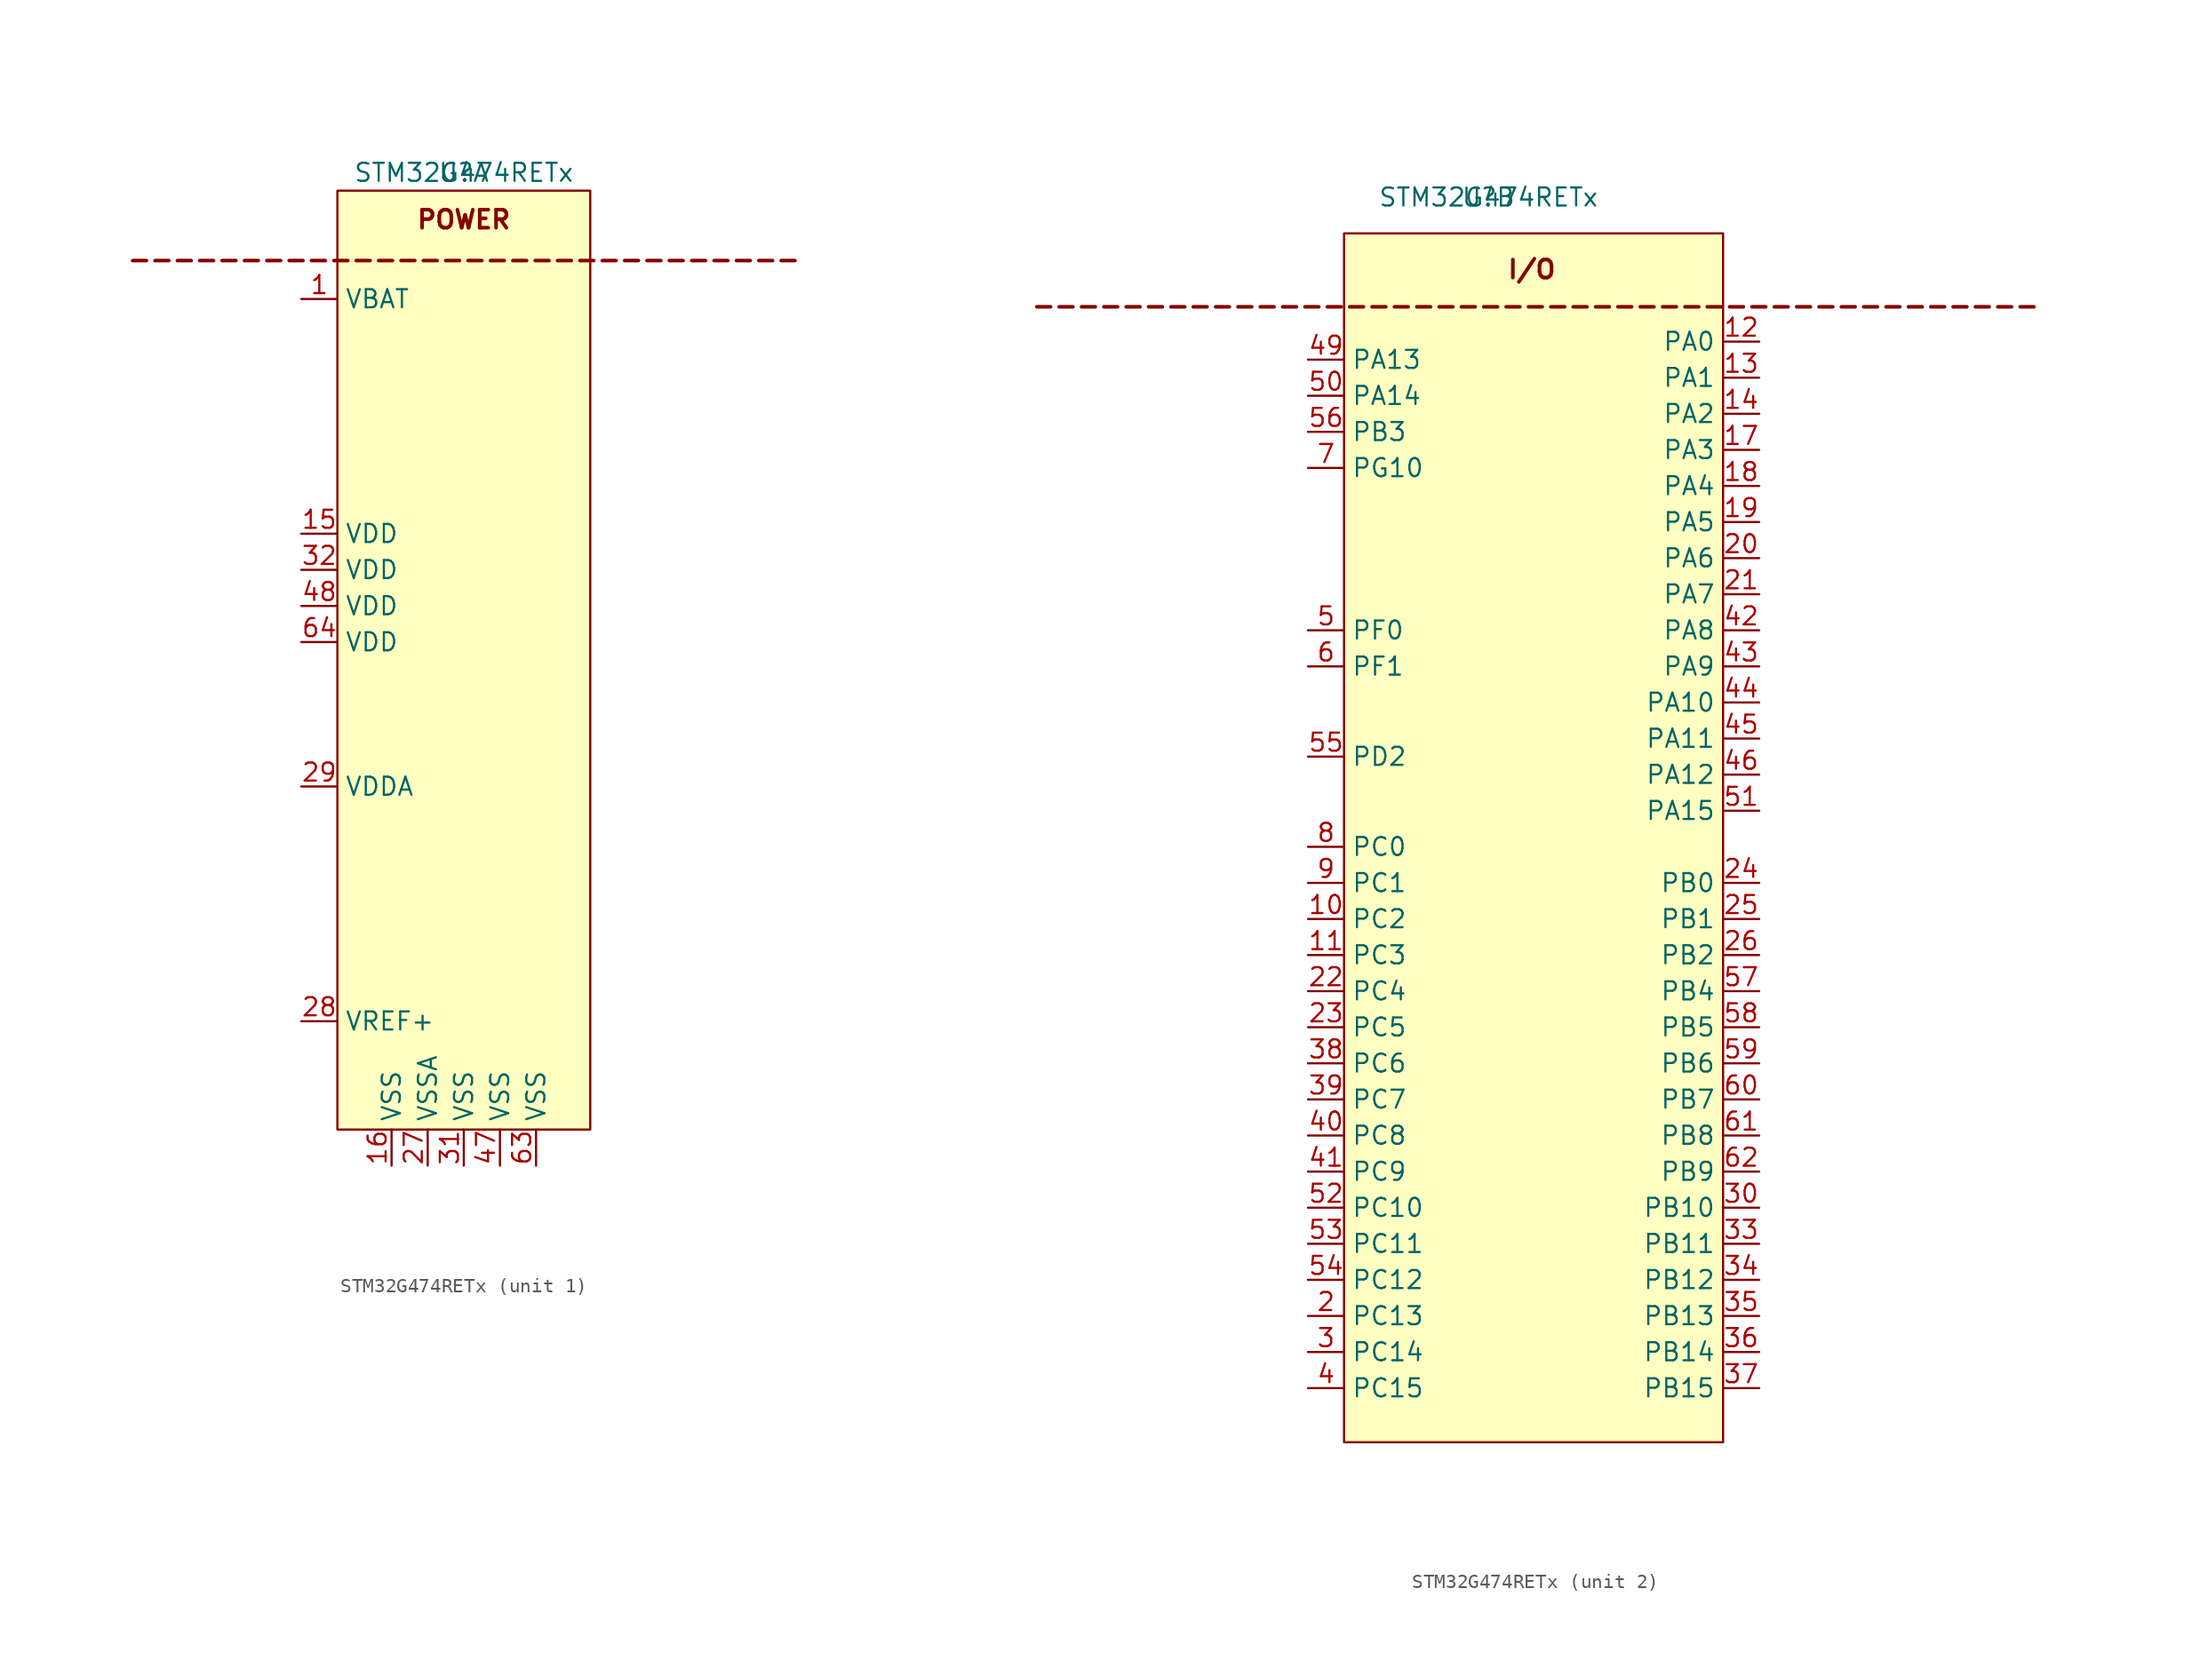
<source format=kicad_sym>
(kicad_symbol_lib
  (version 20231120)
  (generator "kicad_symbol_editor")
  (generator_version "8.0")
  (symbol "STM32G474RETx"
    (property "Reference" "U"
      (at 0 0 0)
      (effects (font (size 1.27 1.27))))
    (property "Value" "STM32G474RETx"
      (at 0 0 0)
      (effects (font (size 1.27 1.27))))
    (property "ki_locked" ""
      (at 0 0 0)
      (effects (font (size 1.27 1.27))))
    (symbol "STM32G474RETx_1_1"
      (rectangle (start -8.89 -1.27) (end 8.89 -67.31) (stroke (width 0) (type default)) (fill (type background)))
      (text "------------------------------" (at 0 -6.096 0) (effects (font (size 1.27 1.27) (bold yes) (color 132 0 0 1))))
      (text "POWER" (at 0 -3.302 0) (effects (font (size 1.27 1.27) (bold yes) (color 132 0 0 1))))
      (pin power_in line (at -11.43 -8.89 0) (length 2.54) (name "VBAT" (effects (font (size 1.27 1.27)))) (number "1" (effects (font (size 1.27 1.27)))))
      (pin power_in line (at -11.43 -25.4 0) (length 2.54) (name "VDD" (effects (font (size 1.27 1.27)))) (number "15" (effects (font (size 1.27 1.27)))))
      (pin passive line (at -5.08 -69.85 90) (length 2.54) (name "VSS" (effects (font (size 1.27 1.27)))) (number "16" (effects (font (size 1.27 1.27)))))
      (pin passive line (at -2.54 -69.85 90) (length 2.54) (name "VSSA" (effects (font (size 1.27 1.27)))) (number "27" (effects (font (size 1.27 1.27)))))
      (pin power_in line (at -11.43 -59.69 0) (length 2.54) (name "VREF+" (effects (font (size 1.27 1.27)))) (number "28" (effects (font (size 1.27 1.27)))))
      (pin power_in line (at -11.43 -43.18 0) (length 2.54) (name "VDDA" (effects (font (size 1.27 1.27)))) (number "29" (effects (font (size 1.27 1.27)))))
      (pin passive line (at 0 -69.85 90) (length 2.54) (name "VSS" (effects (font (size 1.27 1.27)))) (number "31" (effects (font (size 1.27 1.27)))))
      (pin power_in line (at -11.43 -27.94 0) (length 2.54) (name "VDD" (effects (font (size 1.27 1.27)))) (number "32" (effects (font (size 1.27 1.27)))))
      (pin passive line (at 2.54 -69.85 90) (length 2.54) (name "VSS" (effects (font (size 1.27 1.27)))) (number "47" (effects (font (size 1.27 1.27)))))
      (pin power_in line (at -11.43 -30.48 0) (length 2.54) (name "VDD" (effects (font (size 1.27 1.27)))) (number "48" (effects (font (size 1.27 1.27)))))
      (pin passive line (at 5.08 -69.85 90) (length 2.54) (name "VSS" (effects (font (size 1.27 1.27)))) (number "63" (effects (font (size 1.27 1.27)))))
      (pin power_in line (at -11.43 -33.02 0) (length 2.54) (name "VDD" (effects (font (size 1.27 1.27)))) (number "64" (effects (font (size 1.27 1.27))))))
    (symbol "STM32G474RETx_2_1"
      (rectangle (start -10.16 -2.54) (end 16.51 -87.63) (stroke (width 0) (type default)) (fill (type background)))
      (text "---------------------------------------------" (at 3.302 -7.62 0) (effects (font (size 1.27 1.27) (bold yes) (color 132 0 0 1))))
      (text "I/O" (at 3.048 -5.08 0) (effects (font (size 1.27 1.27) (bold yes) (color 132 0 0 1))))
      (pin bidirectional line (at -12.7 -50.8 0) (length 2.54) (name "PC2" (effects (font (size 1.27 1.27)))) (number "10" (effects (font (size 1.27 1.27)))))
      (pin bidirectional line (at -12.7 -53.34 0) (length 2.54) (name "PC3" (effects (font (size 1.27 1.27)))) (number "11" (effects (font (size 1.27 1.27)))))
      (pin bidirectional line (at 19.05 -10.16 180) (length 2.54) (name "PA0" (effects (font (size 1.27 1.27)))) (number "12" (effects (font (size 1.27 1.27)))))
      (pin bidirectional line (at 19.05 -12.7 180) (length 2.54) (name "PA1" (effects (font (size 1.27 1.27)))) (number "13" (effects (font (size 1.27 1.27)))))
      (pin bidirectional line (at 19.05 -15.24 180) (length 2.54) (name "PA2" (effects (font (size 1.27 1.27)))) (number "14" (effects (font (size 1.27 1.27)))))
      (pin bidirectional line (at 19.05 -17.78 180) (length 2.54) (name "PA3" (effects (font (size 1.27 1.27)))) (number "17" (effects (font (size 1.27 1.27)))))
      (pin bidirectional line (at 19.05 -20.32 180) (length 2.54) (name "PA4" (effects (font (size 1.27 1.27)))) (number "18" (effects (font (size 1.27 1.27)))))
      (pin bidirectional line (at 19.05 -22.86 180) (length 2.54) (name "PA5" (effects (font (size 1.27 1.27)))) (number "19" (effects (font (size 1.27 1.27)))))
      (pin bidirectional line (at -12.7 -78.74 0) (length 2.54) (name "PC13" (effects (font (size 1.27 1.27)))) (number "2" (effects (font (size 1.27 1.27)))))
      (pin bidirectional line (at 19.05 -25.4 180) (length 2.54) (name "PA6" (effects (font (size 1.27 1.27)))) (number "20" (effects (font (size 1.27 1.27)))))
      (pin bidirectional line (at 19.05 -27.94 180) (length 2.54) (name "PA7" (effects (font (size 1.27 1.27)))) (number "21" (effects (font (size 1.27 1.27)))))
      (pin bidirectional line (at -12.7 -55.88 0) (length 2.54) (name "PC4" (effects (font (size 1.27 1.27)))) (number "22" (effects (font (size 1.27 1.27)))))
      (pin bidirectional line (at -12.7 -58.42 0) (length 2.54) (name "PC5" (effects (font (size 1.27 1.27)))) (number "23" (effects (font (size 1.27 1.27)))))
      (pin bidirectional line (at 19.05 -48.26 180) (length 2.54) (name "PB0" (effects (font (size 1.27 1.27)))) (number "24" (effects (font (size 1.27 1.27)))))
      (pin bidirectional line (at 19.05 -50.8 180) (length 2.54) (name "PB1" (effects (font (size 1.27 1.27)))) (number "25" (effects (font (size 1.27 1.27)))))
      (pin bidirectional line (at 19.05 -53.34 180) (length 2.54) (name "PB2" (effects (font (size 1.27 1.27)))) (number "26" (effects (font (size 1.27 1.27)))))
      (pin bidirectional line (at -12.7 -81.28 0) (length 2.54) (name "PC14" (effects (font (size 1.27 1.27)))) (number "3" (effects (font (size 1.27 1.27)))))
      (pin bidirectional line (at 19.05 -71.12 180) (length 2.54) (name "PB10" (effects (font (size 1.27 1.27)))) (number "30" (effects (font (size 1.27 1.27)))))
      (pin bidirectional line (at 19.05 -73.66 180) (length 2.54) (name "PB11" (effects (font (size 1.27 1.27)))) (number "33" (effects (font (size 1.27 1.27)))))
      (pin bidirectional line (at 19.05 -76.2 180) (length 2.54) (name "PB12" (effects (font (size 1.27 1.27)))) (number "34" (effects (font (size 1.27 1.27)))))
      (pin bidirectional line (at 19.05 -78.74 180) (length 2.54) (name "PB13" (effects (font (size 1.27 1.27)))) (number "35" (effects (font (size 1.27 1.27)))))
      (pin bidirectional line (at 19.05 -81.28 180) (length 2.54) (name "PB14" (effects (font (size 1.27 1.27)))) (number "36" (effects (font (size 1.27 1.27)))))
      (pin bidirectional line (at 19.05 -83.82 180) (length 2.54) (name "PB15" (effects (font (size 1.27 1.27)))) (number "37" (effects (font (size 1.27 1.27)))))
      (pin bidirectional line (at -12.7 -60.96 0) (length 2.54) (name "PC6" (effects (font (size 1.27 1.27)))) (number "38" (effects (font (size 1.27 1.27)))))
      (pin bidirectional line (at -12.7 -63.5 0) (length 2.54) (name "PC7" (effects (font (size 1.27 1.27)))) (number "39" (effects (font (size 1.27 1.27)))))
      (pin bidirectional line (at -12.7 -83.82 0) (length 2.54) (name "PC15" (effects (font (size 1.27 1.27)))) (number "4" (effects (font (size 1.27 1.27)))))
      (pin bidirectional line (at -12.7 -66.04 0) (length 2.54) (name "PC8" (effects (font (size 1.27 1.27)))) (number "40" (effects (font (size 1.27 1.27)))))
      (pin bidirectional line (at -12.7 -68.58 0) (length 2.54) (name "PC9" (effects (font (size 1.27 1.27)))) (number "41" (effects (font (size 1.27 1.27)))))
      (pin bidirectional line (at 19.05 -30.48 180) (length 2.54) (name "PA8" (effects (font (size 1.27 1.27)))) (number "42" (effects (font (size 1.27 1.27)))))
      (pin bidirectional line (at 19.05 -33.02 180) (length 2.54) (name "PA9" (effects (font (size 1.27 1.27)))) (number "43" (effects (font (size 1.27 1.27)))))
      (pin bidirectional line (at 19.05 -35.56 180) (length 2.54) (name "PA10" (effects (font (size 1.27 1.27)))) (number "44" (effects (font (size 1.27 1.27)))))
      (pin bidirectional line (at 19.05 -38.1 180) (length 2.54) (name "PA11" (effects (font (size 1.27 1.27)))) (number "45" (effects (font (size 1.27 1.27)))))
      (pin bidirectional line (at 19.05 -40.64 180) (length 2.54) (name "PA12" (effects (font (size 1.27 1.27)))) (number "46" (effects (font (size 1.27 1.27)))))
      (pin bidirectional line (at -12.7 -11.43 0) (length 2.54) (name "PA13" (effects (font (size 1.27 1.27)))) (number "49" (effects (font (size 1.27 1.27)))))
      (pin bidirectional line (at -12.7 -30.48 0) (length 2.54) (name "PF0" (effects (font (size 1.27 1.27)))) (number "5" (effects (font (size 1.27 1.27)))))
      (pin bidirectional line (at -12.7 -13.97 0) (length 2.54) (name "PA14" (effects (font (size 1.27 1.27)))) (number "50" (effects (font (size 1.27 1.27)))))
      (pin bidirectional line (at 19.05 -43.18 180) (length 2.54) (name "PA15" (effects (font (size 1.27 1.27)))) (number "51" (effects (font (size 1.27 1.27)))))
      (pin bidirectional line (at -12.7 -71.12 0) (length 2.54) (name "PC10" (effects (font (size 1.27 1.27)))) (number "52" (effects (font (size 1.27 1.27)))))
      (pin bidirectional line (at -12.7 -73.66 0) (length 2.54) (name "PC11" (effects (font (size 1.27 1.27)))) (number "53" (effects (font (size 1.27 1.27)))))
      (pin bidirectional line (at -12.7 -76.2 0) (length 2.54) (name "PC12" (effects (font (size 1.27 1.27)))) (number "54" (effects (font (size 1.27 1.27)))))
      (pin bidirectional line (at -12.7 -39.37 0) (length 2.54) (name "PD2" (effects (font (size 1.27 1.27)))) (number "55" (effects (font (size 1.27 1.27)))))
      (pin bidirectional line (at -12.7 -16.51 0) (length 2.54) (name "PB3" (effects (font (size 1.27 1.27)))) (number "56" (effects (font (size 1.27 1.27)))))
      (pin bidirectional line (at 19.05 -55.88 180) (length 2.54) (name "PB4" (effects (font (size 1.27 1.27)))) (number "57" (effects (font (size 1.27 1.27)))))
      (pin bidirectional line (at 19.05 -58.42 180) (length 2.54) (name "PB5" (effects (font (size 1.27 1.27)))) (number "58" (effects (font (size 1.27 1.27)))))
      (pin bidirectional line (at 19.05 -60.96 180) (length 2.54) (name "PB6" (effects (font (size 1.27 1.27)))) (number "59" (effects (font (size 1.27 1.27)))))
      (pin bidirectional line (at -12.7 -33.02 0) (length 2.54) (name "PF1" (effects (font (size 1.27 1.27)))) (number "6" (effects (font (size 1.27 1.27)))))
      (pin bidirectional line (at 19.05 -63.5 180) (length 2.54) (name "PB7" (effects (font (size 1.27 1.27)))) (number "60" (effects (font (size 1.27 1.27)))))
      (pin bidirectional line (at 19.05 -66.04 180) (length 2.54) (name "PB8" (effects (font (size 1.27 1.27)))) (number "61" (effects (font (size 1.27 1.27)))))
      (pin bidirectional line (at 19.05 -68.58 180) (length 2.54) (name "PB9" (effects (font (size 1.27 1.27)))) (number "62" (effects (font (size 1.27 1.27)))))
      (pin bidirectional line (at -12.7 -19.05 0) (length 2.54) (name "PG10" (effects (font (size 1.27 1.27)))) (number "7" (effects (font (size 1.27 1.27)))))
      (pin bidirectional line (at -12.7 -45.72 0) (length 2.54) (name "PC0" (effects (font (size 1.27 1.27)))) (number "8" (effects (font (size 1.27 1.27)))))
      (pin bidirectional line (at -12.7 -48.26 0) (length 2.54) (name "PC1" (effects (font (size 1.27 1.27)))) (number "9" (effects (font (size 1.27 1.27))))))))
</source>
